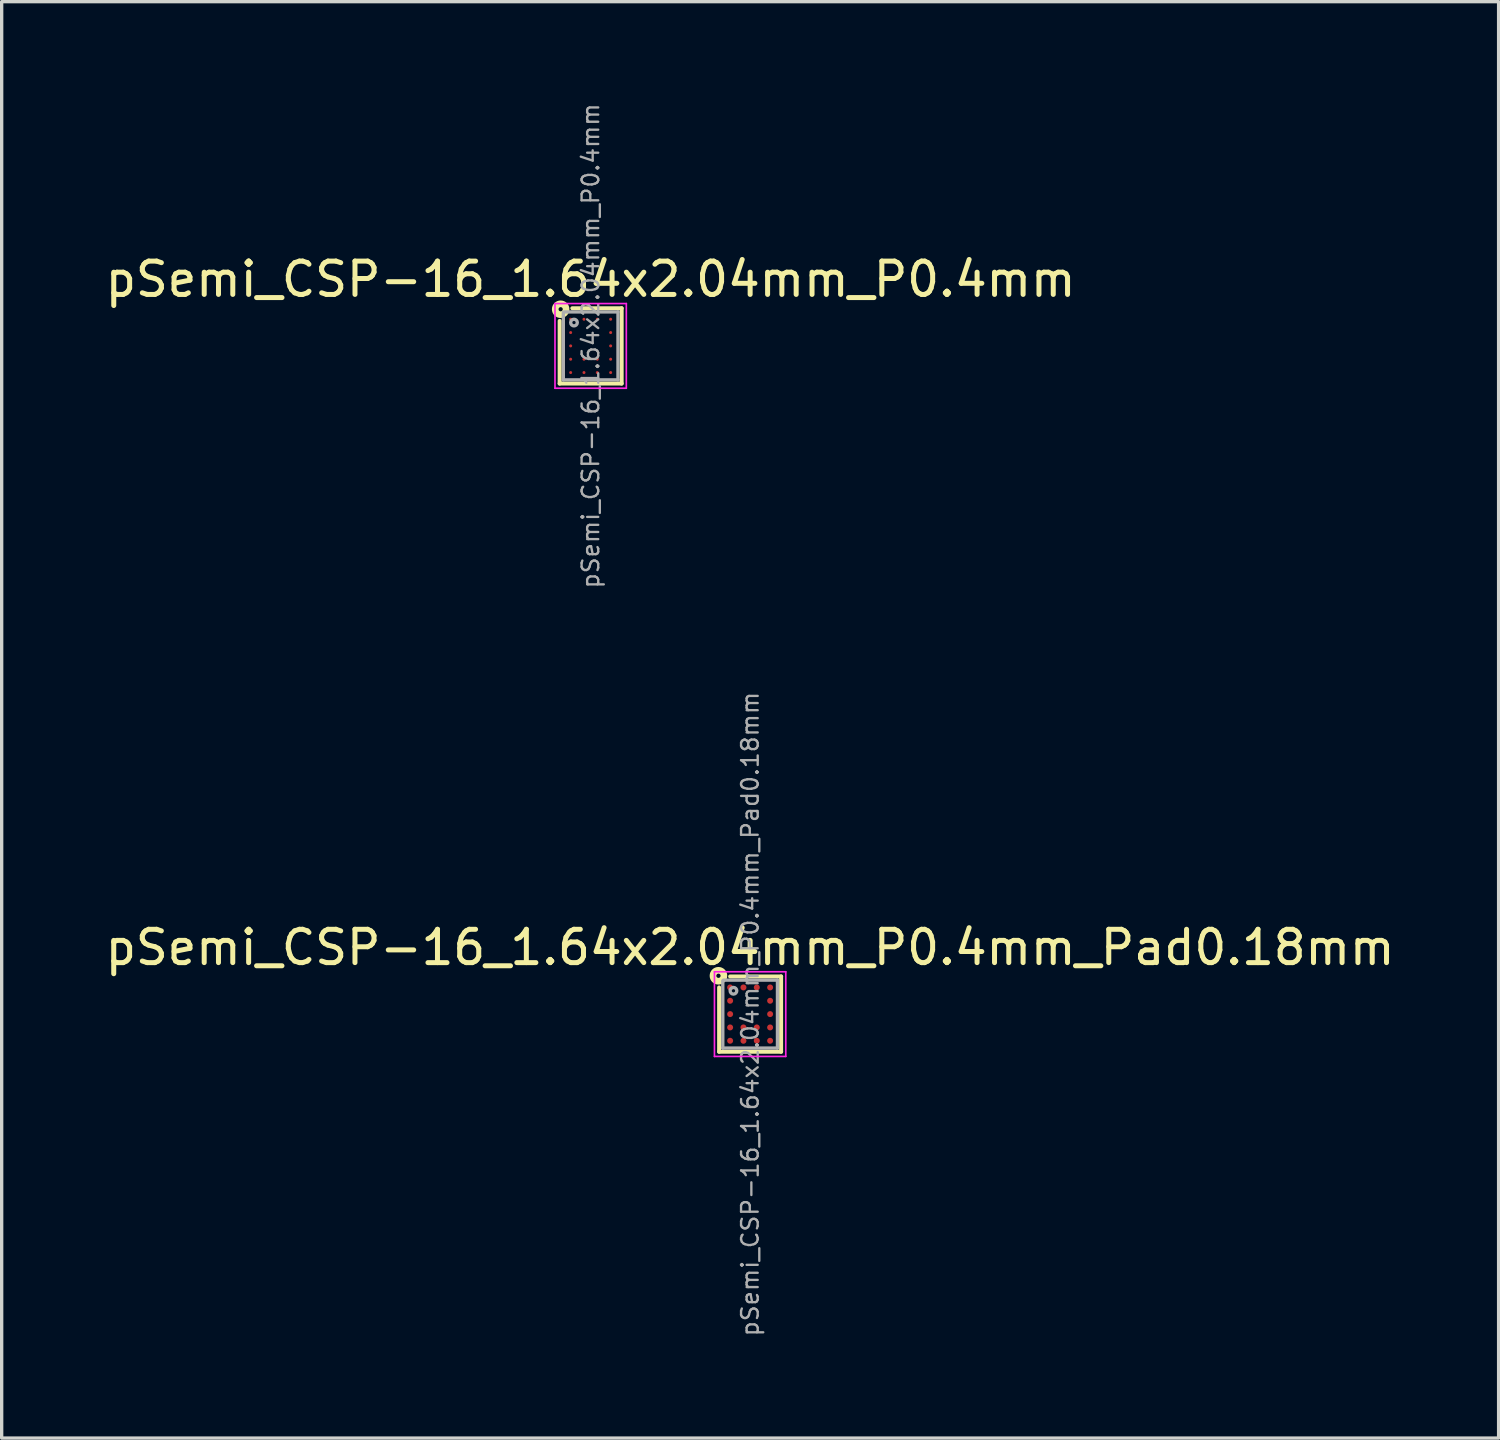
<source format=kicad_pcb>
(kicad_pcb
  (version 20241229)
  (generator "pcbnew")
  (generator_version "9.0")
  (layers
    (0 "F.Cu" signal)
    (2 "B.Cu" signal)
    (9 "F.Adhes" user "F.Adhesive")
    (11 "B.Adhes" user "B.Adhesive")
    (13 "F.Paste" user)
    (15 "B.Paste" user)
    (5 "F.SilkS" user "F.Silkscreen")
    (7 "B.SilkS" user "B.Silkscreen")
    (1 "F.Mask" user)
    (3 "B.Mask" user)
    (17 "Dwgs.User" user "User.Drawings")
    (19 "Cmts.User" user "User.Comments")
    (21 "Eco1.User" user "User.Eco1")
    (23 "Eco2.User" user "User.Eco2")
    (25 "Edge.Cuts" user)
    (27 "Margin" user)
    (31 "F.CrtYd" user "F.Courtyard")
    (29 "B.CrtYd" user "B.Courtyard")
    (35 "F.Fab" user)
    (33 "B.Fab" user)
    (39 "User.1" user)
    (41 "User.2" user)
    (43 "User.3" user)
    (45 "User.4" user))
  (footprint "pSemi_CSP-16_1.64x2.04mm_P0.4mm_Pad0.18mm"
    (layer "F.Cu")
    (at 19.458 27.379)
    (property "Reference" "pSemi_CSP-16_1.64x2.04mm_P0.4mm_Pad0.18mm" (at 0 -2 0) (layer "F.SilkS") (effects (font (size 1 1) (thickness 0.15))))
    (attr smd)
    (fp_line (start -0.93 -0.8) (end -0.93 1.13) (stroke (width 0.12) (type solid)) (layer "F.SilkS"))
    (fp_line (start 0.93 -1.13) (end -0.6 -1.13) (stroke (width 0.12) (type solid)) (layer "F.SilkS"))
    (fp_line (start 0.93 -1.13) (end 0.93 1.13) (stroke (width 0.12) (type solid)) (layer "F.SilkS"))
    (fp_line (start 0.93 1.13) (end -0.93 1.13) (stroke (width 0.12) (type solid)) (layer "F.SilkS"))
    (fp_circle (center -0.95 -1.15) (end -0.886 -1.15) (stroke (width 0.2) (type solid)) (fill no) (layer "F.SilkS"))
    (fp_line (start -1.07 -1.27) (end -1.07 1.27) (stroke (width 0.05) (type solid)) (layer "F.CrtYd"))
    (fp_line (start 1.07 -1.27) (end -1.07 -1.27) (stroke (width 0.05) (type solid)) (layer "F.CrtYd"))
    (fp_line (start 1.07 -1.27) (end 1.07 1.27) (stroke (width 0.05) (type solid)) (layer "F.CrtYd"))
    (fp_line (start 1.07 1.27) (end -1.07 1.27) (stroke (width 0.05) (type solid)) (layer "F.CrtYd"))
    (fp_line (start -0.82 1.02) (end -0.82 -1) (stroke (width 0.1) (type solid)) (layer "F.Fab"))
    (fp_line (start -0.8 -1.02) (end 0.82 -1.02) (stroke (width 0.1) (type solid)) (layer "F.Fab"))
    (fp_line (start 0.82 -1.02) (end 0.82 1.02) (stroke (width 0.1) (type solid)) (layer "F.Fab"))
    (fp_line (start 0.82 1.02) (end -0.82 1.02) (stroke (width 0.1) (type solid)) (layer "F.Fab"))
    (fp_circle (center -0.5 -0.7) (end -0.4 -0.7) (stroke (width 0.1) (type solid)) (fill no) (layer "F.Fab"))
    (fp_text user "${REFERENCE}" (at 0 0 90) (layer "F.Fab") (effects (font (size 0.5 0.5) (thickness 0.07))))
    (pad "1" smd circle (at -0.6 -0.8) (size 0.18 0.18) (layers "F.Cu" "F.Mask" "F.Paste"))
    (pad "2" smd circle (at -0.6 -0.4) (size 0.18 0.18) (layers "F.Cu" "F.Mask" "F.Paste"))
    (pad "3" smd circle (at -0.6 0) (size 0.18 0.18) (layers "F.Cu" "F.Mask" "F.Paste"))
    (pad "4" smd circle (at -0.6 0.4) (size 0.18 0.18) (layers "F.Cu" "F.Mask" "F.Paste"))
    (pad "5" smd circle (at -0.6 0.8) (size 0.18 0.18) (layers "F.Cu" "F.Mask" "F.Paste"))
    (pad "6" smd circle (at -0.2 -0.8) (size 0.18 0.18) (layers "F.Cu" "F.Mask" "F.Paste"))
    (pad "7" smd circle (at -0.2 0.4) (size 0.18 0.18) (layers "F.Cu" "F.Mask" "F.Paste"))
    (pad "8" smd circle (at -0.2 0.8) (size 0.18 0.18) (layers "F.Cu" "F.Mask" "F.Paste"))
    (pad "9" smd circle (at 0.2 -0.8) (size 0.18 0.18) (layers "F.Cu" "F.Mask" "F.Paste"))
    (pad "10" smd circle (at 0.2 0.4) (size 0.18 0.18) (layers "F.Cu" "F.Mask" "F.Paste"))
    (pad "11" smd circle (at 0.2 0.8) (size 0.18 0.18) (layers "F.Cu" "F.Mask" "F.Paste"))
    (pad "12" smd circle (at 0.6 -0.8) (size 0.18 0.18) (layers "F.Cu" "F.Mask" "F.Paste"))
    (pad "13" smd circle (at 0.6 -0.4) (size 0.18 0.18) (layers "F.Cu" "F.Mask" "F.Paste"))
    (pad "14" smd circle (at 0.6 0) (size 0.18 0.18) (layers "F.Cu" "F.Mask" "F.Paste"))
    (pad "15" smd circle (at 0.6 0.4) (size 0.18 0.18) (layers "F.Cu" "F.Mask" "F.Paste"))
    (pad "16" smd circle (at 0.6 0.8) (size 0.18 0.18) (layers "F.Cu" "F.Mask" "F.Paste")))
  (footprint "pSemi_CSP-16_1.64x2.04mm_P0.4mm"
    (layer "F.Cu")
    (at 14.673 7.329)
    (property "Reference" "pSemi_CSP-16_1.64x2.04mm_P0.4mm" (at 0 -2 0) (layer "F.SilkS") (effects (font (size 1 1) (thickness 0.15))))
    (attr smd)
    (fp_line (start -0.93 -0.75) (end -0.93 1.13) (stroke (width 0.12) (type solid)) (layer "F.SilkS"))
    (fp_line (start 0.93 -1.13) (end -0.55 -1.13) (stroke (width 0.12) (type solid)) (layer "F.SilkS"))
    (fp_line (start 0.93 -1.13) (end 0.93 1.13) (stroke (width 0.12) (type solid)) (layer "F.SilkS"))
    (fp_line (start 0.93 1.13) (end -0.93 1.13) (stroke (width 0.12) (type solid)) (layer "F.SilkS"))
    (fp_circle (center -0.9 -1.1) (end -0.837 -1.1) (stroke (width 0.2) (type solid)) (fill no) (layer "F.SilkS"))
    (fp_line (start -1.07 -1.27) (end -1.07 1.27) (stroke (width 0.05) (type solid)) (layer "F.CrtYd"))
    (fp_line (start 1.07 -1.27) (end -1.07 -1.27) (stroke (width 0.05) (type solid)) (layer "F.CrtYd"))
    (fp_line (start 1.07 -1.27) (end 1.07 1.27) (stroke (width 0.05) (type solid)) (layer "F.CrtYd"))
    (fp_line (start 1.07 1.27) (end -1.07 1.27) (stroke (width 0.05) (type solid)) (layer "F.CrtYd"))
    (fp_line (start -0.82 1.02) (end -0.82 -1) (stroke (width 0.1) (type solid)) (layer "F.Fab"))
    (fp_line (start -0.8 -1.02) (end 0.82 -1.02) (stroke (width 0.1) (type solid)) (layer "F.Fab"))
    (fp_line (start 0.82 -1.02) (end 0.82 1.02) (stroke (width 0.1) (type solid)) (layer "F.Fab"))
    (fp_line (start 0.82 1.02) (end -0.82 1.02) (stroke (width 0.1) (type solid)) (layer "F.Fab"))
    (fp_circle (center -0.5 -0.7) (end -0.4 -0.7) (stroke (width 0.1) (type solid)) (fill no) (layer "F.Fab"))
    (fp_text user "${REFERENCE}" (at 0 0 90) (layer "F.Fab") (effects (font (size 0.5 0.5) (thickness 0.07))))
    (pad "1" smd circle (at -0.6 -0.8) (size 0.09 0.09) (layers "F.Cu" "F.Mask" "F.Paste"))
    (pad "2" smd circle (at -0.6 -0.4) (size 0.09 0.09) (layers "F.Cu" "F.Mask" "F.Paste"))
    (pad "3" smd circle (at -0.6 0) (size 0.09 0.09) (layers "F.Cu" "F.Mask" "F.Paste"))
    (pad "4" smd circle (at -0.6 0.4) (size 0.09 0.09) (layers "F.Cu" "F.Mask" "F.Paste"))
    (pad "5" smd circle (at -0.6 0.8) (size 0.09 0.09) (layers "F.Cu" "F.Mask" "F.Paste"))
    (pad "6" smd circle (at -0.2 -0.8) (size 0.09 0.09) (layers "F.Cu" "F.Mask" "F.Paste"))
    (pad "7" smd circle (at -0.2 0.4) (size 0.09 0.09) (layers "F.Cu" "F.Mask" "F.Paste"))
    (pad "8" smd circle (at -0.2 0.8) (size 0.09 0.09) (layers "F.Cu" "F.Mask" "F.Paste"))
    (pad "9" smd circle (at 0.2 -0.8) (size 0.09 0.09) (layers "F.Cu" "F.Mask" "F.Paste"))
    (pad "10" smd circle (at 0.2 0.4) (size 0.09 0.09) (layers "F.Cu" "F.Mask" "F.Paste"))
    (pad "11" smd circle (at 0.2 0.8) (size 0.09 0.09) (layers "F.Cu" "F.Mask" "F.Paste"))
    (pad "12" smd circle (at 0.6 -0.8) (size 0.09 0.09) (layers "F.Cu" "F.Mask" "F.Paste"))
    (pad "13" smd circle (at 0.6 -0.4) (size 0.09 0.09) (layers "F.Cu" "F.Mask" "F.Paste"))
    (pad "14" smd circle (at 0.6 0) (size 0.09 0.09) (layers "F.Cu" "F.Mask" "F.Paste"))
    (pad "15" smd circle (at 0.6 0.4) (size 0.09 0.09) (layers "F.Cu" "F.Mask" "F.Paste"))
    (pad "16" smd circle (at 0.6 0.8) (size 0.09 0.09) (layers "F.Cu" "F.Mask" "F.Paste")))
  (gr_rect
    (start -3 -3)
    (end 41.917 40.101)
    (stroke (width 0.1) (type default))
    (fill no)
    (layer "Edge.Cuts")))
</source>
